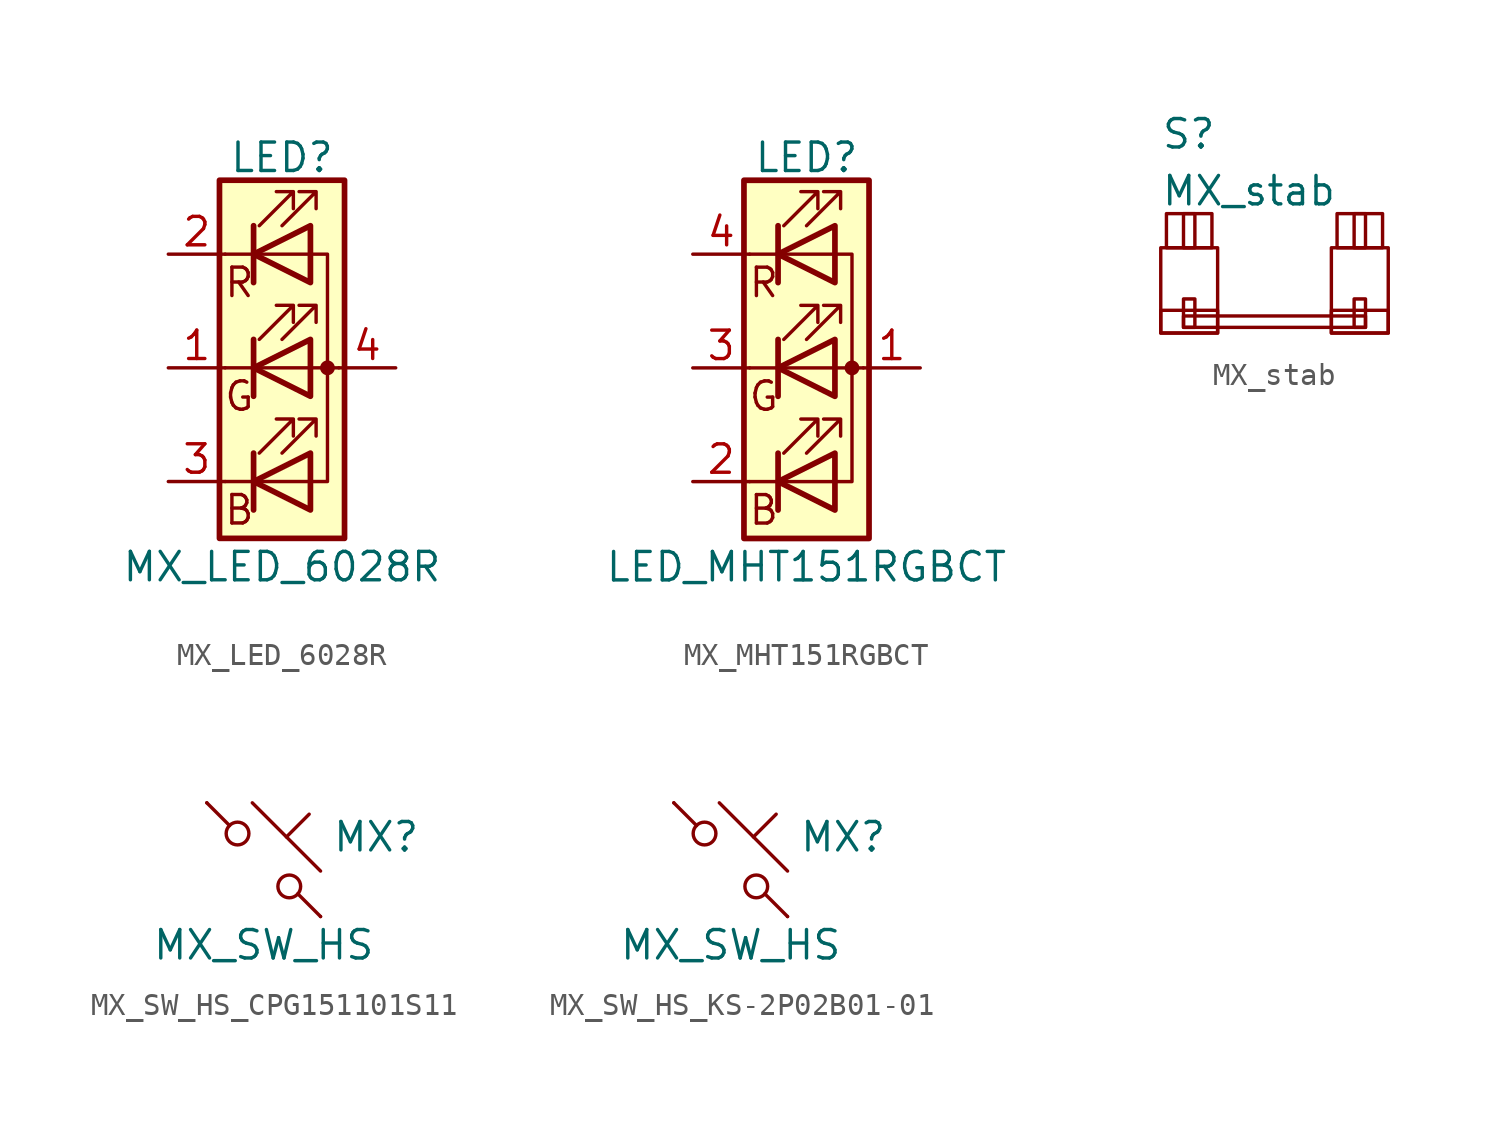
<source format=kicad_sym>
(kicad_symbol_lib
  (version 20220914)
  (generator kicad_symbol_editor)
  (symbol "MX_LED_6028R"
    (pin_names
      (offset 0) hide)
    (property "Reference" "LED"
      (at 0 9.398 0)
      (effects (font (size 1.27 1.27))))
    (property "Value" "MX_LED_6028R"
      (at 0 -8.89 0)
      (effects (font (size 1.27 1.27))))
    (symbol "MX_LED_6028R_0_0"
      (text "B" (at -1.905 -6.35 0) (effects (font (size 1.27 1.27))))
      (text "G" (at -1.905 -1.27 0) (effects (font (size 1.27 1.27))))
      (text "R" (at -1.905 3.81 0) (effects (font (size 1.27 1.27)))))
    (symbol "MX_LED_6028R_0_1"
      (polyline (pts (xy -1.27 -5.08) (xy -2.54 -5.08)) (stroke (width 0) (type default)) (fill (type none)))
      (polyline (pts (xy -1.27 -5.08) (xy 1.27 -5.08)) (stroke (width 0) (type default)) (fill (type none)))
      (polyline (pts (xy -1.27 -3.81) (xy -1.27 -6.35)) (stroke (width 0.254) (type default)) (fill (type none)))
      (polyline (pts (xy -1.27 0) (xy -2.54 0)) (stroke (width 0) (type default)) (fill (type none)))
      (polyline (pts (xy -1.27 1.27) (xy -1.27 -1.27)) (stroke (width 0.254) (type default)) (fill (type none)))
      (polyline (pts (xy -1.27 5.08) (xy -2.54 5.08)) (stroke (width 0) (type default)) (fill (type none)))
      (polyline (pts (xy -1.27 5.08) (xy 1.27 5.08)) (stroke (width 0) (type default)) (fill (type none)))
      (polyline (pts (xy -1.27 6.35) (xy -1.27 3.81)) (stroke (width 0.254) (type default)) (fill (type none)))
      (polyline (pts (xy 1.27 0) (xy -1.27 0)) (stroke (width 0) (type default)) (fill (type none)))
      (polyline (pts (xy 1.27 0) (xy 2.54 0)) (stroke (width 0) (type default)) (fill (type none)))
      (polyline (pts (xy -1.27 1.27) (xy -1.27 -1.27) (xy -1.27 -1.27)) (stroke (width 0) (type default)) (fill (type none)))
      (polyline (pts (xy -1.27 6.35) (xy -1.27 3.81) (xy -1.27 3.81)) (stroke (width 0) (type default)) (fill (type none)))
      (polyline (pts (xy 1.27 -5.08) (xy 2.032 -5.08) (xy 2.032 5.08) (xy 1.27 5.08)) (stroke (width 0) (type default)) (fill (type none)))
      (polyline (pts (xy 1.27 -3.81) (xy 1.27 -6.35) (xy -1.27 -5.08) (xy 1.27 -3.81)) (stroke (width 0.254) (type default)) (fill (type none)))
      (polyline (pts (xy 1.27 1.27) (xy 1.27 -1.27) (xy -1.27 0) (xy 1.27 1.27)) (stroke (width 0.254) (type default)) (fill (type none)))
      (polyline (pts (xy 1.27 6.35) (xy 1.27 3.81) (xy -1.27 5.08) (xy 1.27 6.35)) (stroke (width 0.254) (type default)) (fill (type none)))
      (polyline (pts (xy -1.016 -3.81) (xy 0.508 -2.286) (xy -0.254 -2.286) (xy 0.508 -2.286) (xy 0.508 -3.048)) (stroke (width 0) (type default)) (fill (type none)))
      (polyline (pts (xy -1.016 1.27) (xy 0.508 2.794) (xy -0.254 2.794) (xy 0.508 2.794) (xy 0.508 2.032)) (stroke (width 0) (type default)) (fill (type none)))
      (polyline (pts (xy -1.016 6.35) (xy 0.508 7.874) (xy -0.254 7.874) (xy 0.508 7.874) (xy 0.508 7.112)) (stroke (width 0) (type default)) (fill (type none)))
      (polyline (pts (xy 0 -3.81) (xy 1.524 -2.286) (xy 0.762 -2.286) (xy 1.524 -2.286) (xy 1.524 -3.048)) (stroke (width 0) (type default)) (fill (type none)))
      (polyline (pts (xy 0 1.27) (xy 1.524 2.794) (xy 0.762 2.794) (xy 1.524 2.794) (xy 1.524 2.032)) (stroke (width 0) (type default)) (fill (type none)))
      (polyline (pts (xy 0 6.35) (xy 1.524 7.874) (xy 0.762 7.874) (xy 1.524 7.874) (xy 1.524 7.112)) (stroke (width 0) (type default)) (fill (type none)))
      (rectangle (start 1.27 -1.27) (end 1.27 1.27) (stroke (width 0) (type default)) (fill (type none)))
      (rectangle (start 1.27 1.27) (end 1.27 1.27) (stroke (width 0) (type default)) (fill (type none)))
      (rectangle (start 1.27 3.81) (end 1.27 6.35) (stroke (width 0) (type default)) (fill (type none)))
      (rectangle (start 1.27 6.35) (end 1.27 6.35) (stroke (width 0) (type default)) (fill (type none)))
      (circle (center 2.032 0) (radius 0.254) (stroke (width 0) (type default)) (fill (type outline)))
      (rectangle (start 2.794 8.382) (end -2.794 -7.62) (stroke (width 0.254) (type default)) (fill (type background))))
    (symbol "MX_LED_6028R_1_1"
      (pin passive line (at -5.08 0 0) (length 2.54) (name "GK" (effects (font (size 1.27 1.27)))) (number "1" (effects (font (size 1.27 1.27)))))
      (pin passive line (at -5.08 5.08 0) (length 2.54) (name "RK" (effects (font (size 1.27 1.27)))) (number "2" (effects (font (size 1.27 1.27)))))
      (pin passive line (at -5.08 -5.08 0) (length 2.54) (name "BK" (effects (font (size 1.27 1.27)))) (number "3" (effects (font (size 1.27 1.27)))))
      (pin passive line (at 5.08 0 180) (length 2.54) (name "A" (effects (font (size 1.27 1.27)))) (number "4" (effects (font (size 1.27 1.27)))))))
  (symbol "MX_MHT151RGBCT"
    (pin_names
      (offset 0) hide)
    (property "Reference" "LED"
      (at 0 9.398 0)
      (effects (font (size 1.27 1.27))))
    (property "Value" "LED_MHT151RGBCT"
      (at 0 -8.89 0)
      (effects (font (size 1.27 1.27))))
    (symbol "MX_MHT151RGBCT_0_0"
      (text "B" (at -1.905 -6.35 0) (effects (font (size 1.27 1.27))))
      (text "G" (at -1.905 -1.27 0) (effects (font (size 1.27 1.27))))
      (text "R" (at -1.905 3.81 0) (effects (font (size 1.27 1.27)))))
    (symbol "MX_MHT151RGBCT_0_1"
      (polyline (pts (xy -1.27 -5.08) (xy -2.54 -5.08)) (stroke (width 0) (type default)) (fill (type none)))
      (polyline (pts (xy -1.27 -5.08) (xy 1.27 -5.08)) (stroke (width 0) (type default)) (fill (type none)))
      (polyline (pts (xy -1.27 -3.81) (xy -1.27 -6.35)) (stroke (width 0.254) (type default)) (fill (type none)))
      (polyline (pts (xy -1.27 0) (xy -2.54 0)) (stroke (width 0) (type default)) (fill (type none)))
      (polyline (pts (xy -1.27 1.27) (xy -1.27 -1.27)) (stroke (width 0.254) (type default)) (fill (type none)))
      (polyline (pts (xy -1.27 5.08) (xy -2.54 5.08)) (stroke (width 0) (type default)) (fill (type none)))
      (polyline (pts (xy -1.27 5.08) (xy 1.27 5.08)) (stroke (width 0) (type default)) (fill (type none)))
      (polyline (pts (xy -1.27 6.35) (xy -1.27 3.81)) (stroke (width 0.254) (type default)) (fill (type none)))
      (polyline (pts (xy 1.27 0) (xy -1.27 0)) (stroke (width 0) (type default)) (fill (type none)))
      (polyline (pts (xy 1.27 0) (xy 2.54 0)) (stroke (width 0) (type default)) (fill (type none)))
      (polyline (pts (xy -1.27 1.27) (xy -1.27 -1.27) (xy -1.27 -1.27)) (stroke (width 0) (type default)) (fill (type none)))
      (polyline (pts (xy -1.27 6.35) (xy -1.27 3.81) (xy -1.27 3.81)) (stroke (width 0) (type default)) (fill (type none)))
      (polyline (pts (xy 1.27 -5.08) (xy 2.032 -5.08) (xy 2.032 5.08) (xy 1.27 5.08)) (stroke (width 0) (type default)) (fill (type none)))
      (polyline (pts (xy 1.27 -3.81) (xy 1.27 -6.35) (xy -1.27 -5.08) (xy 1.27 -3.81)) (stroke (width 0.254) (type default)) (fill (type none)))
      (polyline (pts (xy 1.27 1.27) (xy 1.27 -1.27) (xy -1.27 0) (xy 1.27 1.27)) (stroke (width 0.254) (type default)) (fill (type none)))
      (polyline (pts (xy 1.27 6.35) (xy 1.27 3.81) (xy -1.27 5.08) (xy 1.27 6.35)) (stroke (width 0.254) (type default)) (fill (type none)))
      (polyline (pts (xy -1.016 -3.81) (xy 0.508 -2.286) (xy -0.254 -2.286) (xy 0.508 -2.286) (xy 0.508 -3.048)) (stroke (width 0) (type default)) (fill (type none)))
      (polyline (pts (xy -1.016 1.27) (xy 0.508 2.794) (xy -0.254 2.794) (xy 0.508 2.794) (xy 0.508 2.032)) (stroke (width 0) (type default)) (fill (type none)))
      (polyline (pts (xy -1.016 6.35) (xy 0.508 7.874) (xy -0.254 7.874) (xy 0.508 7.874) (xy 0.508 7.112)) (stroke (width 0) (type default)) (fill (type none)))
      (polyline (pts (xy 0 -3.81) (xy 1.524 -2.286) (xy 0.762 -2.286) (xy 1.524 -2.286) (xy 1.524 -3.048)) (stroke (width 0) (type default)) (fill (type none)))
      (polyline (pts (xy 0 1.27) (xy 1.524 2.794) (xy 0.762 2.794) (xy 1.524 2.794) (xy 1.524 2.032)) (stroke (width 0) (type default)) (fill (type none)))
      (polyline (pts (xy 0 6.35) (xy 1.524 7.874) (xy 0.762 7.874) (xy 1.524 7.874) (xy 1.524 7.112)) (stroke (width 0) (type default)) (fill (type none)))
      (rectangle (start 1.27 -1.27) (end 1.27 1.27) (stroke (width 0) (type default)) (fill (type none)))
      (rectangle (start 1.27 1.27) (end 1.27 1.27) (stroke (width 0) (type default)) (fill (type none)))
      (rectangle (start 1.27 3.81) (end 1.27 6.35) (stroke (width 0) (type default)) (fill (type none)))
      (rectangle (start 1.27 6.35) (end 1.27 6.35) (stroke (width 0) (type default)) (fill (type none)))
      (circle (center 2.032 0) (radius 0.254) (stroke (width 0) (type default)) (fill (type outline)))
      (rectangle (start 2.794 8.382) (end -2.794 -7.62) (stroke (width 0.254) (type default)) (fill (type background))))
    (symbol "MX_MHT151RGBCT_1_1"
      (pin passive line (at 5.08 0 180) (length 2.54) (name "A" (effects (font (size 1.27 1.27)))) (number "1" (effects (font (size 1.27 1.27)))))
      (pin passive line (at -5.08 -5.08 0) (length 2.54) (name "BK" (effects (font (size 1.27 1.27)))) (number "2" (effects (font (size 1.27 1.27)))))
      (pin passive line (at -5.08 0 0) (length 2.54) (name "GK" (effects (font (size 1.27 1.27)))) (number "3" (effects (font (size 1.27 1.27)))))
      (pin passive line (at -5.08 5.08 0) (length 2.54) (name "RK" (effects (font (size 1.27 1.27)))) (number "4" (effects (font (size 1.27 1.27)))))))
  (symbol "MX_stab"
    (pin_names
      (offset 1.016))
    (property "Reference" "S"
      (at -5.08 6.35 0)
      (effects (font (size 1.27 1.27)) (justify left)))
    (property "Value" "MX_stab"
      (at -5.08 3.81 0)
      (effects (font (size 1.27 1.27)) (justify left)))
    (symbol "MX_stab_0_1"
      (rectangle (start -5.08 -1.524) (end -2.54 -2.54) (stroke (width 0) (type default)) (fill (type none)))
      (rectangle (start -5.08 1.27) (end -2.54 -2.54) (stroke (width 0) (type default)) (fill (type none)))
      (rectangle (start -4.826 2.794) (end -2.794 1.27) (stroke (width 0) (type default)) (fill (type none)))
      (rectangle (start -4.064 -2.286) (end -3.556 -1.016) (stroke (width 0) (type default)) (fill (type none)))
      (rectangle (start -4.064 -1.778) (end 4.064 -2.286) (stroke (width 0) (type default)) (fill (type none)))
      (rectangle (start -4.064 1.27) (end -3.556 2.794) (stroke (width 0) (type default)) (fill (type none)))
      (rectangle (start 2.54 -1.524) (end 5.08 -2.54) (stroke (width 0) (type default)) (fill (type none)))
      (rectangle (start 2.54 1.27) (end 5.08 -2.54) (stroke (width 0) (type default)) (fill (type none)))
      (rectangle (start 2.794 2.794) (end 4.826 1.27) (stroke (width 0) (type default)) (fill (type none)))
      (rectangle (start 3.556 1.27) (end 4.064 2.794) (stroke (width 0) (type default)) (fill (type none)))
      (rectangle (start 4.064 -2.286) (end 3.556 -1.016) (stroke (width 0) (type default)) (fill (type none)))))
  (symbol "MX_SW_HS_CPG151101S11"
    (pin_numbers hide)
    (pin_names
      (offset 1.016) hide)
    (property "Reference" "MX"
      (at 3.048 1.016 0)
      (effects (font (size 1.27 1.27)) (justify left)))
    (property "Value" "MX_SW_HS"
      (at 0 -3.81 0)
      (effects (font (size 1.27 1.27))))
    (symbol "MX_SW_HS_CPG151101S11_0_1"
      (circle (center -1.168 1.168) (radius 0.508) (stroke (width 0) (type default)) (fill (type none)))
      (polyline (pts (xy -0.508 2.54) (xy 2.54 -0.508)) (stroke (width 0) (type default)) (fill (type none)))
      (polyline (pts (xy 1.016 1.016) (xy 2.032 2.032)) (stroke (width 0) (type default)) (fill (type none)))
      (polyline (pts (xy -2.54 2.54) (xy -1.524 1.524) (xy -1.524 1.524)) (stroke (width 0) (type default)) (fill (type none)))
      (polyline (pts (xy 1.524 -1.524) (xy 2.54 -2.54) (xy 2.54 -2.54) (xy 2.54 -2.54)) (stroke (width 0) (type default)) (fill (type none)))
      (circle (center 1.143 -1.194) (radius 0.508) (stroke (width 0) (type default)) (fill (type none)))
      (pin passive line (at -2.54 2.54 0) (length 0) (name "1" (effects (font (size 1.27 1.27)))) (number "1" (effects (font (size 1.27 1.27)))))
      (pin passive line (at 2.54 -2.54 180) (length 0) (name "2" (effects (font (size 1.27 1.27)))) (number "2" (effects (font (size 1.27 1.27)))))))
  (symbol "MX_SW_HS_KS-2P02B01-01"
    (pin_numbers hide)
    (pin_names
      (offset 1.016) hide)
    (property "Reference" "MX"
      (at 3.048 1.016 0)
      (effects (font (size 1.27 1.27)) (justify left)))
    (property "Value" "MX_SW_HS"
      (at 0 -3.81 0)
      (effects (font (size 1.27 1.27))))
    (symbol "MX_SW_HS_KS-2P02B01-01_0_1"
      (circle (center -1.168 1.168) (radius 0.508) (stroke (width 0) (type default)) (fill (type none)))
      (polyline (pts (xy -0.508 2.54) (xy 2.54 -0.508)) (stroke (width 0) (type default)) (fill (type none)))
      (polyline (pts (xy 1.016 1.016) (xy 2.032 2.032)) (stroke (width 0) (type default)) (fill (type none)))
      (polyline (pts (xy -2.54 2.54) (xy -1.524 1.524) (xy -1.524 1.524)) (stroke (width 0) (type default)) (fill (type none)))
      (polyline (pts (xy 1.524 -1.524) (xy 2.54 -2.54) (xy 2.54 -2.54) (xy 2.54 -2.54)) (stroke (width 0) (type default)) (fill (type none)))
      (circle (center 1.143 -1.194) (radius 0.508) (stroke (width 0) (type default)) (fill (type none)))
      (pin passive line (at -2.54 2.54 0) (length 0) (name "1" (effects (font (size 1.27 1.27)))) (number "1" (effects (font (size 1.27 1.27)))))
      (pin passive line (at 2.54 -2.54 180) (length 0) (name "2" (effects (font (size 1.27 1.27)))) (number "2" (effects (font (size 1.27 1.27))))))))
</source>
